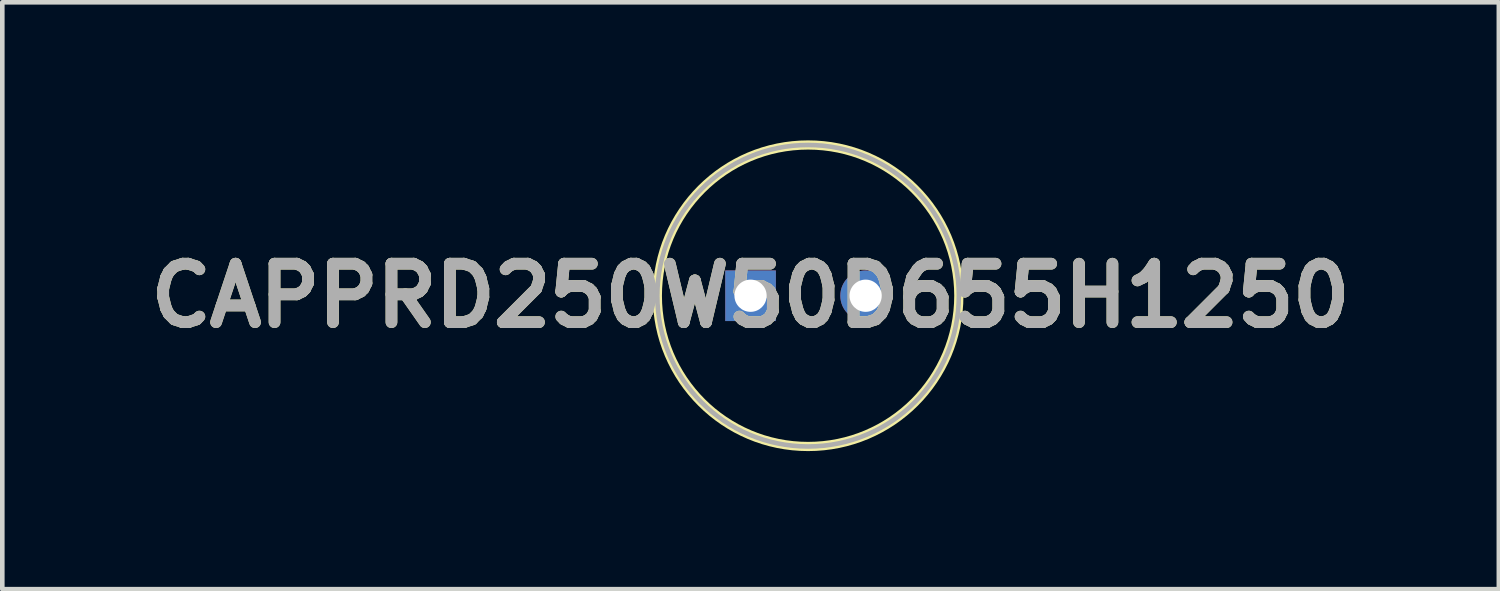
<source format=kicad_pcb>
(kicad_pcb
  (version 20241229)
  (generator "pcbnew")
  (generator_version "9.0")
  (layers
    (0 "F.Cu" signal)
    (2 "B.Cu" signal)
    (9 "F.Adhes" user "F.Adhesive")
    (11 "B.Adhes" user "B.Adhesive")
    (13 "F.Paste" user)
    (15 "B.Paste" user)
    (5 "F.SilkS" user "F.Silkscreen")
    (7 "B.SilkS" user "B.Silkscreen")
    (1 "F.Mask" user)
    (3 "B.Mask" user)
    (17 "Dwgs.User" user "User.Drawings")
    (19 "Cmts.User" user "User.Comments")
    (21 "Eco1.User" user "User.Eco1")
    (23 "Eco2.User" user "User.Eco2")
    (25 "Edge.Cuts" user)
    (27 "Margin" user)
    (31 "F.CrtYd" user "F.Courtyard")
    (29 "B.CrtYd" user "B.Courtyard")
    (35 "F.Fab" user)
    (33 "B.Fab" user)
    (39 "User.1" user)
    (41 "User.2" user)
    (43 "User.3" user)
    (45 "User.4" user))
  (footprint "CAPPRD250W50D655H1250"
    (layer "F.Cu")
    (at 13.256 3.375)
    (property "Reference" "CAPPRD250W50D655H1250" (at 0 0 0) (layer "F.SilkS") (effects (font (size 1.27 1.27) (thickness 0.254))))
    (attr through_hole)
    (fp_circle (center 1.25 0) (end 1.25 3.275) (stroke (width 0.2) (type solid)) (fill no) (layer "F.SilkS"))
    (fp_circle (center 1.25 0) (end 1.25 3.275) (stroke (width 0.1) (type solid)) (fill no) (layer "F.Fab"))
    (fp_text user "${REFERENCE}" (at 0 0 0) (layer "F.Fab") (effects (font (size 1.27 1.27) (thickness 0.254))))
    (pad "1" thru_hole rect (at 0 0) (size 1.1 1.1) (drill 0.7) (layers "*.Cu" "*.Mask"))
    (pad "2" thru_hole circle (at 2.5 0) (size 1.1 1.1) (drill 0.7) (layers "*.Cu" "*.Mask")))
  (gr_rect
    (start -3 -3)
    (end 29.513 9.75)
    (stroke (width 0.1) (type default))
    (fill no)
    (layer "Edge.Cuts")))
</source>
